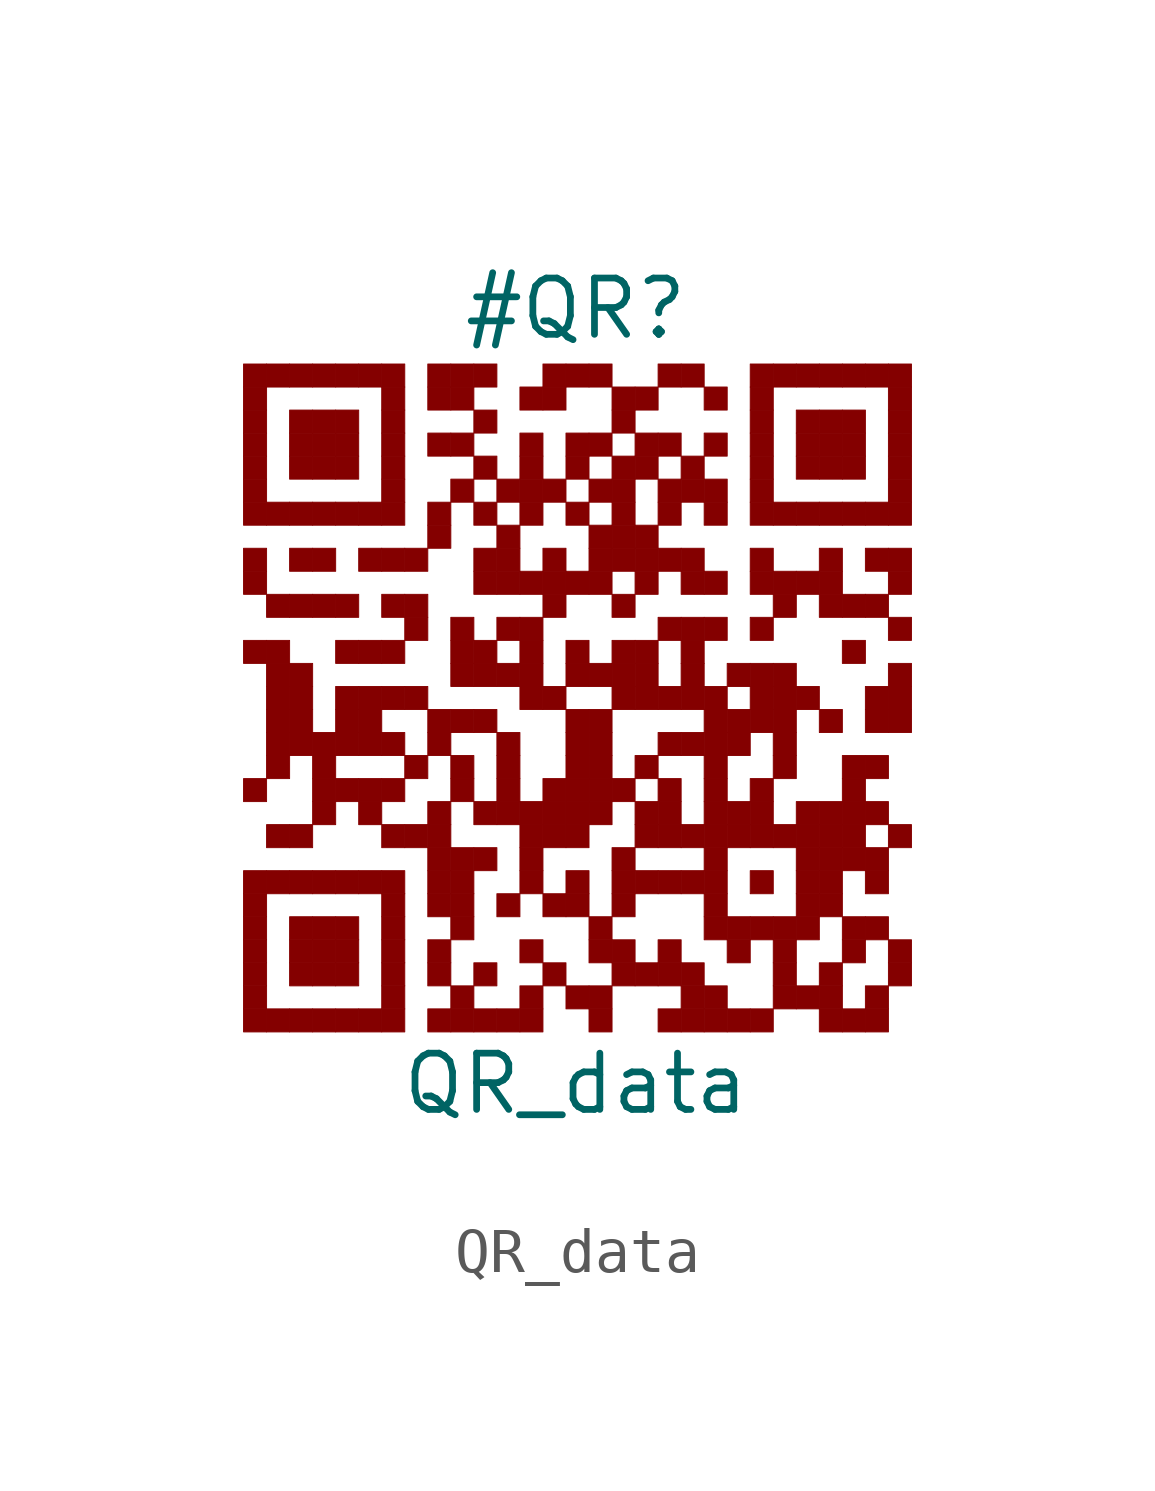
<source format=kicad_sym>
(kicad_symbol_lib
  (version 20211014)
  (generator kibot)
  (symbol "QR_data"
    (pin_numbers hide)
    (pin_names hide)
    (property "Reference" "#QR"
      (at 0 8.75 0)
      (effects (font (size 1.27 1.27))))
    (property "Value" "QR_data"
      (at 0 -8.75 0)
      (effects (font (size 1.27 1.27))))
    (rectangle
      (start -7.5 7.5)
      (end -6.98 6.98)
      (stroke (width 0.001) (type default) (color 0 0 0 0))
      (fill (type outline)))
    (rectangle
      (start -6.98 7.5)
      (end -6.46 6.98)
      (stroke (width 0.001) (type default) (color 0 0 0 0))
      (fill (type outline)))
    (rectangle
      (start -6.46 7.5)
      (end -5.94 6.98)
      (stroke (width 0.001) (type default) (color 0 0 0 0))
      (fill (type outline)))
    (rectangle
      (start -5.94 7.5)
      (end -5.42 6.98)
      (stroke (width 0.001) (type default) (color 0 0 0 0))
      (fill (type outline)))
    (rectangle
      (start -5.42 7.5)
      (end -4.9 6.98)
      (stroke (width 0.001) (type default) (color 0 0 0 0))
      (fill (type outline)))
    (rectangle
      (start -4.9 7.5)
      (end -4.38 6.98)
      (stroke (width 0.001) (type default) (color 0 0 0 0))
      (fill (type outline)))
    (rectangle
      (start -4.38 7.5)
      (end -3.86 6.98)
      (stroke (width 0.001) (type default) (color 0 0 0 0))
      (fill (type outline)))
    (rectangle
      (start -3.34 7.5)
      (end -2.82 6.98)
      (stroke (width 0.001) (type default) (color 0 0 0 0))
      (fill (type outline)))
    (rectangle
      (start -2.82 7.5)
      (end -2.3 6.98)
      (stroke (width 0.001) (type default) (color 0 0 0 0))
      (fill (type outline)))
    (rectangle
      (start -2.3 7.5)
      (end -1.78 6.98)
      (stroke (width 0.001) (type default) (color 0 0 0 0))
      (fill (type outline)))
    (rectangle
      (start -0.74 7.5)
      (end -0.22 6.98)
      (stroke (width 0.001) (type default) (color 0 0 0 0))
      (fill (type outline)))
    (rectangle
      (start -0.22 7.5)
      (end 0.3 6.98)
      (stroke (width 0.001) (type default) (color 0 0 0 0))
      (fill (type outline)))
    (rectangle
      (start 0.3 7.5)
      (end 0.82 6.98)
      (stroke (width 0.001) (type default) (color 0 0 0 0))
      (fill (type outline)))
    (rectangle
      (start 1.86 7.5)
      (end 2.38 6.98)
      (stroke (width 0.001) (type default) (color 0 0 0 0))
      (fill (type outline)))
    (rectangle
      (start 2.38 7.5)
      (end 2.9 6.98)
      (stroke (width 0.001) (type default) (color 0 0 0 0))
      (fill (type outline)))
    (rectangle
      (start 3.94 7.5)
      (end 4.46 6.98)
      (stroke (width 0.001) (type default) (color 0 0 0 0))
      (fill (type outline)))
    (rectangle
      (start 4.46 7.5)
      (end 4.98 6.98)
      (stroke (width 0.001) (type default) (color 0 0 0 0))
      (fill (type outline)))
    (rectangle
      (start 4.98 7.5)
      (end 5.5 6.98)
      (stroke (width 0.001) (type default) (color 0 0 0 0))
      (fill (type outline)))
    (rectangle
      (start 5.5 7.5)
      (end 6.02 6.98)
      (stroke (width 0.001) (type default) (color 0 0 0 0))
      (fill (type outline)))
    (rectangle
      (start 6.02 7.5)
      (end 6.54 6.98)
      (stroke (width 0.001) (type default) (color 0 0 0 0))
      (fill (type outline)))
    (rectangle
      (start 6.54 7.5)
      (end 7.06 6.98)
      (stroke (width 0.001) (type default) (color 0 0 0 0))
      (fill (type outline)))
    (rectangle
      (start 7.06 7.5)
      (end 7.58 6.98)
      (stroke (width 0.001) (type default) (color 0 0 0 0))
      (fill (type outline)))
    (rectangle
      (start -7.5 6.98)
      (end -6.98 6.46)
      (stroke (width 0.001) (type default) (color 0 0 0 0))
      (fill (type outline)))
    (rectangle
      (start -4.38 6.98)
      (end -3.86 6.46)
      (stroke (width 0.001) (type default) (color 0 0 0 0))
      (fill (type outline)))
    (rectangle
      (start -3.34 6.98)
      (end -2.82 6.46)
      (stroke (width 0.001) (type default) (color 0 0 0 0))
      (fill (type outline)))
    (rectangle
      (start -2.82 6.98)
      (end -2.3 6.46)
      (stroke (width 0.001) (type default) (color 0 0 0 0))
      (fill (type outline)))
    (rectangle
      (start -1.26 6.98)
      (end -0.74 6.46)
      (stroke (width 0.001) (type default) (color 0 0 0 0))
      (fill (type outline)))
    (rectangle
      (start -0.74 6.98)
      (end -0.22 6.46)
      (stroke (width 0.001) (type default) (color 0 0 0 0))
      (fill (type outline)))
    (rectangle
      (start 0.82 6.98)
      (end 1.34 6.46)
      (stroke (width 0.001) (type default) (color 0 0 0 0))
      (fill (type outline)))
    (rectangle
      (start 1.34 6.98)
      (end 1.86 6.46)
      (stroke (width 0.001) (type default) (color 0 0 0 0))
      (fill (type outline)))
    (rectangle
      (start 2.9 6.98)
      (end 3.42 6.46)
      (stroke (width 0.001) (type default) (color 0 0 0 0))
      (fill (type outline)))
    (rectangle
      (start 3.94 6.98)
      (end 4.46 6.46)
      (stroke (width 0.001) (type default) (color 0 0 0 0))
      (fill (type outline)))
    (rectangle
      (start 7.06 6.98)
      (end 7.58 6.46)
      (stroke (width 0.001) (type default) (color 0 0 0 0))
      (fill (type outline)))
    (rectangle
      (start -7.5 6.46)
      (end -6.98 5.94)
      (stroke (width 0.001) (type default) (color 0 0 0 0))
      (fill (type outline)))
    (rectangle
      (start -6.46 6.46)
      (end -5.94 5.94)
      (stroke (width 0.001) (type default) (color 0 0 0 0))
      (fill (type outline)))
    (rectangle
      (start -5.94 6.46)
      (end -5.42 5.94)
      (stroke (width 0.001) (type default) (color 0 0 0 0))
      (fill (type outline)))
    (rectangle
      (start -5.42 6.46)
      (end -4.9 5.94)
      (stroke (width 0.001) (type default) (color 0 0 0 0))
      (fill (type outline)))
    (rectangle
      (start -4.38 6.46)
      (end -3.86 5.94)
      (stroke (width 0.001) (type default) (color 0 0 0 0))
      (fill (type outline)))
    (rectangle
      (start -2.3 6.46)
      (end -1.78 5.94)
      (stroke (width 0.001) (type default) (color 0 0 0 0))
      (fill (type outline)))
    (rectangle
      (start 0.82 6.46)
      (end 1.34 5.94)
      (stroke (width 0.001) (type default) (color 0 0 0 0))
      (fill (type outline)))
    (rectangle
      (start 3.94 6.46)
      (end 4.46 5.94)
      (stroke (width 0.001) (type default) (color 0 0 0 0))
      (fill (type outline)))
    (rectangle
      (start 4.98 6.46)
      (end 5.5 5.94)
      (stroke (width 0.001) (type default) (color 0 0 0 0))
      (fill (type outline)))
    (rectangle
      (start 5.5 6.46)
      (end 6.02 5.94)
      (stroke (width 0.001) (type default) (color 0 0 0 0))
      (fill (type outline)))
    (rectangle
      (start 6.02 6.46)
      (end 6.54 5.94)
      (stroke (width 0.001) (type default) (color 0 0 0 0))
      (fill (type outline)))
    (rectangle
      (start 7.06 6.46)
      (end 7.58 5.94)
      (stroke (width 0.001) (type default) (color 0 0 0 0))
      (fill (type outline)))
    (rectangle
      (start -7.5 5.94)
      (end -6.98 5.42)
      (stroke (width 0.001) (type default) (color 0 0 0 0))
      (fill (type outline)))
    (rectangle
      (start -6.46 5.94)
      (end -5.94 5.42)
      (stroke (width 0.001) (type default) (color 0 0 0 0))
      (fill (type outline)))
    (rectangle
      (start -5.94 5.94)
      (end -5.42 5.42)
      (stroke (width 0.001) (type default) (color 0 0 0 0))
      (fill (type outline)))
    (rectangle
      (start -5.42 5.94)
      (end -4.9 5.42)
      (stroke (width 0.001) (type default) (color 0 0 0 0))
      (fill (type outline)))
    (rectangle
      (start -4.38 5.94)
      (end -3.86 5.42)
      (stroke (width 0.001) (type default) (color 0 0 0 0))
      (fill (type outline)))
    (rectangle
      (start -3.34 5.94)
      (end -2.82 5.42)
      (stroke (width 0.001) (type default) (color 0 0 0 0))
      (fill (type outline)))
    (rectangle
      (start -2.82 5.94)
      (end -2.3 5.42)
      (stroke (width 0.001) (type default) (color 0 0 0 0))
      (fill (type outline)))
    (rectangle
      (start -1.26 5.94)
      (end -0.74 5.42)
      (stroke (width 0.001) (type default) (color 0 0 0 0))
      (fill (type outline)))
    (rectangle
      (start -0.22 5.94)
      (end 0.3 5.42)
      (stroke (width 0.001) (type default) (color 0 0 0 0))
      (fill (type outline)))
    (rectangle
      (start 0.3 5.94)
      (end 0.82 5.42)
      (stroke (width 0.001) (type default) (color 0 0 0 0))
      (fill (type outline)))
    (rectangle
      (start 1.34 5.94)
      (end 1.86 5.42)
      (stroke (width 0.001) (type default) (color 0 0 0 0))
      (fill (type outline)))
    (rectangle
      (start 1.86 5.94)
      (end 2.38 5.42)
      (stroke (width 0.001) (type default) (color 0 0 0 0))
      (fill (type outline)))
    (rectangle
      (start 2.9 5.94)
      (end 3.42 5.42)
      (stroke (width 0.001) (type default) (color 0 0 0 0))
      (fill (type outline)))
    (rectangle
      (start 3.94 5.94)
      (end 4.46 5.42)
      (stroke (width 0.001) (type default) (color 0 0 0 0))
      (fill (type outline)))
    (rectangle
      (start 4.98 5.94)
      (end 5.5 5.42)
      (stroke (width 0.001) (type default) (color 0 0 0 0))
      (fill (type outline)))
    (rectangle
      (start 5.5 5.94)
      (end 6.02 5.42)
      (stroke (width 0.001) (type default) (color 0 0 0 0))
      (fill (type outline)))
    (rectangle
      (start 6.02 5.94)
      (end 6.54 5.42)
      (stroke (width 0.001) (type default) (color 0 0 0 0))
      (fill (type outline)))
    (rectangle
      (start 7.06 5.94)
      (end 7.58 5.42)
      (stroke (width 0.001) (type default) (color 0 0 0 0))
      (fill (type outline)))
    (rectangle
      (start -7.5 5.42)
      (end -6.98 4.9)
      (stroke (width 0.001) (type default) (color 0 0 0 0))
      (fill (type outline)))
    (rectangle
      (start -6.46 5.42)
      (end -5.94 4.9)
      (stroke (width 0.001) (type default) (color 0 0 0 0))
      (fill (type outline)))
    (rectangle
      (start -5.94 5.42)
      (end -5.42 4.9)
      (stroke (width 0.001) (type default) (color 0 0 0 0))
      (fill (type outline)))
    (rectangle
      (start -5.42 5.42)
      (end -4.9 4.9)
      (stroke (width 0.001) (type default) (color 0 0 0 0))
      (fill (type outline)))
    (rectangle
      (start -4.38 5.42)
      (end -3.86 4.9)
      (stroke (width 0.001) (type default) (color 0 0 0 0))
      (fill (type outline)))
    (rectangle
      (start -2.3 5.42)
      (end -1.78 4.9)
      (stroke (width 0.001) (type default) (color 0 0 0 0))
      (fill (type outline)))
    (rectangle
      (start -1.26 5.42)
      (end -0.74 4.9)
      (stroke (width 0.001) (type default) (color 0 0 0 0))
      (fill (type outline)))
    (rectangle
      (start -0.22 5.42)
      (end 0.3 4.9)
      (stroke (width 0.001) (type default) (color 0 0 0 0))
      (fill (type outline)))
    (rectangle
      (start 0.82 5.42)
      (end 1.34 4.9)
      (stroke (width 0.001) (type default) (color 0 0 0 0))
      (fill (type outline)))
    (rectangle
      (start 1.34 5.42)
      (end 1.86 4.9)
      (stroke (width 0.001) (type default) (color 0 0 0 0))
      (fill (type outline)))
    (rectangle
      (start 2.38 5.42)
      (end 2.9 4.9)
      (stroke (width 0.001) (type default) (color 0 0 0 0))
      (fill (type outline)))
    (rectangle
      (start 3.94 5.42)
      (end 4.46 4.9)
      (stroke (width 0.001) (type default) (color 0 0 0 0))
      (fill (type outline)))
    (rectangle
      (start 4.98 5.42)
      (end 5.5 4.9)
      (stroke (width 0.001) (type default) (color 0 0 0 0))
      (fill (type outline)))
    (rectangle
      (start 5.5 5.42)
      (end 6.02 4.9)
      (stroke (width 0.001) (type default) (color 0 0 0 0))
      (fill (type outline)))
    (rectangle
      (start 6.02 5.42)
      (end 6.54 4.9)
      (stroke (width 0.001) (type default) (color 0 0 0 0))
      (fill (type outline)))
    (rectangle
      (start 7.06 5.42)
      (end 7.58 4.9)
      (stroke (width 0.001) (type default) (color 0 0 0 0))
      (fill (type outline)))
    (rectangle
      (start -7.5 4.9)
      (end -6.98 4.38)
      (stroke (width 0.001) (type default) (color 0 0 0 0))
      (fill (type outline)))
    (rectangle
      (start -4.38 4.9)
      (end -3.86 4.38)
      (stroke (width 0.001) (type default) (color 0 0 0 0))
      (fill (type outline)))
    (rectangle
      (start -2.82 4.9)
      (end -2.3 4.38)
      (stroke (width 0.001) (type default) (color 0 0 0 0))
      (fill (type outline)))
    (rectangle
      (start -1.78 4.9)
      (end -1.26 4.38)
      (stroke (width 0.001) (type default) (color 0 0 0 0))
      (fill (type outline)))
    (rectangle
      (start -1.26 4.9)
      (end -0.74 4.38)
      (stroke (width 0.001) (type default) (color 0 0 0 0))
      (fill (type outline)))
    (rectangle
      (start -0.74 4.9)
      (end -0.22 4.38)
      (stroke (width 0.001) (type default) (color 0 0 0 0))
      (fill (type outline)))
    (rectangle
      (start 0.3 4.9)
      (end 0.82 4.38)
      (stroke (width 0.001) (type default) (color 0 0 0 0))
      (fill (type outline)))
    (rectangle
      (start 0.82 4.9)
      (end 1.34 4.38)
      (stroke (width 0.001) (type default) (color 0 0 0 0))
      (fill (type outline)))
    (rectangle
      (start 1.86 4.9)
      (end 2.38 4.38)
      (stroke (width 0.001) (type default) (color 0 0 0 0))
      (fill (type outline)))
    (rectangle
      (start 2.38 4.9)
      (end 2.9 4.38)
      (stroke (width 0.001) (type default) (color 0 0 0 0))
      (fill (type outline)))
    (rectangle
      (start 2.9 4.9)
      (end 3.42 4.38)
      (stroke (width 0.001) (type default) (color 0 0 0 0))
      (fill (type outline)))
    (rectangle
      (start 3.94 4.9)
      (end 4.46 4.38)
      (stroke (width 0.001) (type default) (color 0 0 0 0))
      (fill (type outline)))
    (rectangle
      (start 7.06 4.9)
      (end 7.58 4.38)
      (stroke (width 0.001) (type default) (color 0 0 0 0))
      (fill (type outline)))
    (rectangle
      (start -7.5 4.38)
      (end -6.98 3.86)
      (stroke (width 0.001) (type default) (color 0 0 0 0))
      (fill (type outline)))
    (rectangle
      (start -6.98 4.38)
      (end -6.46 3.86)
      (stroke (width 0.001) (type default) (color 0 0 0 0))
      (fill (type outline)))
    (rectangle
      (start -6.46 4.38)
      (end -5.94 3.86)
      (stroke (width 0.001) (type default) (color 0 0 0 0))
      (fill (type outline)))
    (rectangle
      (start -5.94 4.38)
      (end -5.42 3.86)
      (stroke (width 0.001) (type default) (color 0 0 0 0))
      (fill (type outline)))
    (rectangle
      (start -5.42 4.38)
      (end -4.9 3.86)
      (stroke (width 0.001) (type default) (color 0 0 0 0))
      (fill (type outline)))
    (rectangle
      (start -4.9 4.38)
      (end -4.38 3.86)
      (stroke (width 0.001) (type default) (color 0 0 0 0))
      (fill (type outline)))
    (rectangle
      (start -4.38 4.38)
      (end -3.86 3.86)
      (stroke (width 0.001) (type default) (color 0 0 0 0))
      (fill (type outline)))
    (rectangle
      (start -3.34 4.38)
      (end -2.82 3.86)
      (stroke (width 0.001) (type default) (color 0 0 0 0))
      (fill (type outline)))
    (rectangle
      (start -2.3 4.38)
      (end -1.78 3.86)
      (stroke (width 0.001) (type default) (color 0 0 0 0))
      (fill (type outline)))
    (rectangle
      (start -1.26 4.38)
      (end -0.74 3.86)
      (stroke (width 0.001) (type default) (color 0 0 0 0))
      (fill (type outline)))
    (rectangle
      (start -0.22 4.38)
      (end 0.3 3.86)
      (stroke (width 0.001) (type default) (color 0 0 0 0))
      (fill (type outline)))
    (rectangle
      (start 0.82 4.38)
      (end 1.34 3.86)
      (stroke (width 0.001) (type default) (color 0 0 0 0))
      (fill (type outline)))
    (rectangle
      (start 1.86 4.38)
      (end 2.38 3.86)
      (stroke (width 0.001) (type default) (color 0 0 0 0))
      (fill (type outline)))
    (rectangle
      (start 2.9 4.38)
      (end 3.42 3.86)
      (stroke (width 0.001) (type default) (color 0 0 0 0))
      (fill (type outline)))
    (rectangle
      (start 3.94 4.38)
      (end 4.46 3.86)
      (stroke (width 0.001) (type default) (color 0 0 0 0))
      (fill (type outline)))
    (rectangle
      (start 4.46 4.38)
      (end 4.98 3.86)
      (stroke (width 0.001) (type default) (color 0 0 0 0))
      (fill (type outline)))
    (rectangle
      (start 4.98 4.38)
      (end 5.5 3.86)
      (stroke (width 0.001) (type default) (color 0 0 0 0))
      (fill (type outline)))
    (rectangle
      (start 5.5 4.38)
      (end 6.02 3.86)
      (stroke (width 0.001) (type default) (color 0 0 0 0))
      (fill (type outline)))
    (rectangle
      (start 6.02 4.38)
      (end 6.54 3.86)
      (stroke (width 0.001) (type default) (color 0 0 0 0))
      (fill (type outline)))
    (rectangle
      (start 6.54 4.38)
      (end 7.06 3.86)
      (stroke (width 0.001) (type default) (color 0 0 0 0))
      (fill (type outline)))
    (rectangle
      (start 7.06 4.38)
      (end 7.58 3.86)
      (stroke (width 0.001) (type default) (color 0 0 0 0))
      (fill (type outline)))
    (rectangle
      (start -3.34 3.86)
      (end -2.82 3.34)
      (stroke (width 0.001) (type default) (color 0 0 0 0))
      (fill (type outline)))
    (rectangle
      (start -1.78 3.86)
      (end -1.26 3.34)
      (stroke (width 0.001) (type default) (color 0 0 0 0))
      (fill (type outline)))
    (rectangle
      (start 0.3 3.86)
      (end 0.82 3.34)
      (stroke (width 0.001) (type default) (color 0 0 0 0))
      (fill (type outline)))
    (rectangle
      (start 0.82 3.86)
      (end 1.34 3.34)
      (stroke (width 0.001) (type default) (color 0 0 0 0))
      (fill (type outline)))
    (rectangle
      (start 1.34 3.86)
      (end 1.86 3.34)
      (stroke (width 0.001) (type default) (color 0 0 0 0))
      (fill (type outline)))
    (rectangle
      (start -7.5 3.34)
      (end -6.98 2.82)
      (stroke (width 0.001) (type default) (color 0 0 0 0))
      (fill (type outline)))
    (rectangle
      (start -6.46 3.34)
      (end -5.94 2.82)
      (stroke (width 0.001) (type default) (color 0 0 0 0))
      (fill (type outline)))
    (rectangle
      (start -5.94 3.34)
      (end -5.42 2.82)
      (stroke (width 0.001) (type default) (color 0 0 0 0))
      (fill (type outline)))
    (rectangle
      (start -4.9 3.34)
      (end -4.38 2.82)
      (stroke (width 0.001) (type default) (color 0 0 0 0))
      (fill (type outline)))
    (rectangle
      (start -4.38 3.34)
      (end -3.86 2.82)
      (stroke (width 0.001) (type default) (color 0 0 0 0))
      (fill (type outline)))
    (rectangle
      (start -3.86 3.34)
      (end -3.34 2.82)
      (stroke (width 0.001) (type default) (color 0 0 0 0))
      (fill (type outline)))
    (rectangle
      (start -2.3 3.34)
      (end -1.78 2.82)
      (stroke (width 0.001) (type default) (color 0 0 0 0))
      (fill (type outline)))
    (rectangle
      (start -1.78 3.34)
      (end -1.26 2.82)
      (stroke (width 0.001) (type default) (color 0 0 0 0))
      (fill (type outline)))
    (rectangle
      (start -0.74 3.34)
      (end -0.22 2.82)
      (stroke (width 0.001) (type default) (color 0 0 0 0))
      (fill (type outline)))
    (rectangle
      (start 0.3 3.34)
      (end 0.82 2.82)
      (stroke (width 0.001) (type default) (color 0 0 0 0))
      (fill (type outline)))
    (rectangle
      (start 0.82 3.34)
      (end 1.34 2.82)
      (stroke (width 0.001) (type default) (color 0 0 0 0))
      (fill (type outline)))
    (rectangle
      (start 1.34 3.34)
      (end 1.86 2.82)
      (stroke (width 0.001) (type default) (color 0 0 0 0))
      (fill (type outline)))
    (rectangle
      (start 1.86 3.34)
      (end 2.38 2.82)
      (stroke (width 0.001) (type default) (color 0 0 0 0))
      (fill (type outline)))
    (rectangle
      (start 2.38 3.34)
      (end 2.9 2.82)
      (stroke (width 0.001) (type default) (color 0 0 0 0))
      (fill (type outline)))
    (rectangle
      (start 3.94 3.34)
      (end 4.46 2.82)
      (stroke (width 0.001) (type default) (color 0 0 0 0))
      (fill (type outline)))
    (rectangle
      (start 5.5 3.34)
      (end 6.02 2.82)
      (stroke (width 0.001) (type default) (color 0 0 0 0))
      (fill (type outline)))
    (rectangle
      (start 6.54 3.34)
      (end 7.06 2.82)
      (stroke (width 0.001) (type default) (color 0 0 0 0))
      (fill (type outline)))
    (rectangle
      (start 7.06 3.34)
      (end 7.58 2.82)
      (stroke (width 0.001) (type default) (color 0 0 0 0))
      (fill (type outline)))
    (rectangle
      (start -7.5 2.82)
      (end -6.98 2.3)
      (stroke (width 0.001) (type default) (color 0 0 0 0))
      (fill (type outline)))
    (rectangle
      (start -2.3 2.82)
      (end -1.78 2.3)
      (stroke (width 0.001) (type default) (color 0 0 0 0))
      (fill (type outline)))
    (rectangle
      (start -1.78 2.82)
      (end -1.26 2.3)
      (stroke (width 0.001) (type default) (color 0 0 0 0))
      (fill (type outline)))
    (rectangle
      (start -1.26 2.82)
      (end -0.74 2.3)
      (stroke (width 0.001) (type default) (color 0 0 0 0))
      (fill (type outline)))
    (rectangle
      (start -0.74 2.82)
      (end -0.22 2.3)
      (stroke (width 0.001) (type default) (color 0 0 0 0))
      (fill (type outline)))
    (rectangle
      (start -0.22 2.82)
      (end 0.3 2.3)
      (stroke (width 0.001) (type default) (color 0 0 0 0))
      (fill (type outline)))
    (rectangle
      (start 0.3 2.82)
      (end 0.82 2.3)
      (stroke (width 0.001) (type default) (color 0 0 0 0))
      (fill (type outline)))
    (rectangle
      (start 1.34 2.82)
      (end 1.86 2.3)
      (stroke (width 0.001) (type default) (color 0 0 0 0))
      (fill (type outline)))
    (rectangle
      (start 2.38 2.82)
      (end 2.9 2.3)
      (stroke (width 0.001) (type default) (color 0 0 0 0))
      (fill (type outline)))
    (rectangle
      (start 2.9 2.82)
      (end 3.42 2.3)
      (stroke (width 0.001) (type default) (color 0 0 0 0))
      (fill (type outline)))
    (rectangle
      (start 3.94 2.82)
      (end 4.46 2.3)
      (stroke (width 0.001) (type default) (color 0 0 0 0))
      (fill (type outline)))
    (rectangle
      (start 4.46 2.82)
      (end 4.98 2.3)
      (stroke (width 0.001) (type default) (color 0 0 0 0))
      (fill (type outline)))
    (rectangle
      (start 4.98 2.82)
      (end 5.5 2.3)
      (stroke (width 0.001) (type default) (color 0 0 0 0))
      (fill (type outline)))
    (rectangle
      (start 5.5 2.82)
      (end 6.02 2.3)
      (stroke (width 0.001) (type default) (color 0 0 0 0))
      (fill (type outline)))
    (rectangle
      (start 7.06 2.82)
      (end 7.58 2.3)
      (stroke (width 0.001) (type default) (color 0 0 0 0))
      (fill (type outline)))
    (rectangle
      (start -6.98 2.3)
      (end -6.46 1.78)
      (stroke (width 0.001) (type default) (color 0 0 0 0))
      (fill (type outline)))
    (rectangle
      (start -6.46 2.3)
      (end -5.94 1.78)
      (stroke (width 0.001) (type default) (color 0 0 0 0))
      (fill (type outline)))
    (rectangle
      (start -5.94 2.3)
      (end -5.42 1.78)
      (stroke (width 0.001) (type default) (color 0 0 0 0))
      (fill (type outline)))
    (rectangle
      (start -5.42 2.3)
      (end -4.9 1.78)
      (stroke (width 0.001) (type default) (color 0 0 0 0))
      (fill (type outline)))
    (rectangle
      (start -4.38 2.3)
      (end -3.86 1.78)
      (stroke (width 0.001) (type default) (color 0 0 0 0))
      (fill (type outline)))
    (rectangle
      (start -3.86 2.3)
      (end -3.34 1.78)
      (stroke (width 0.001) (type default) (color 0 0 0 0))
      (fill (type outline)))
    (rectangle
      (start -0.74 2.3)
      (end -0.22 1.78)
      (stroke (width 0.001) (type default) (color 0 0 0 0))
      (fill (type outline)))
    (rectangle
      (start 0.82 2.3)
      (end 1.34 1.78)
      (stroke (width 0.001) (type default) (color 0 0 0 0))
      (fill (type outline)))
    (rectangle
      (start 4.46 2.3)
      (end 4.98 1.78)
      (stroke (width 0.001) (type default) (color 0 0 0 0))
      (fill (type outline)))
    (rectangle
      (start 5.5 2.3)
      (end 6.02 1.78)
      (stroke (width 0.001) (type default) (color 0 0 0 0))
      (fill (type outline)))
    (rectangle
      (start 6.02 2.3)
      (end 6.54 1.78)
      (stroke (width 0.001) (type default) (color 0 0 0 0))
      (fill (type outline)))
    (rectangle
      (start 6.54 2.3)
      (end 7.06 1.78)
      (stroke (width 0.001) (type default) (color 0 0 0 0))
      (fill (type outline)))
    (rectangle
      (start -3.86 1.78)
      (end -3.34 1.26)
      (stroke (width 0.001) (type default) (color 0 0 0 0))
      (fill (type outline)))
    (rectangle
      (start -2.82 1.78)
      (end -2.3 1.26)
      (stroke (width 0.001) (type default) (color 0 0 0 0))
      (fill (type outline)))
    (rectangle
      (start -1.78 1.78)
      (end -1.26 1.26)
      (stroke (width 0.001) (type default) (color 0 0 0 0))
      (fill (type outline)))
    (rectangle
      (start -1.26 1.78)
      (end -0.74 1.26)
      (stroke (width 0.001) (type default) (color 0 0 0 0))
      (fill (type outline)))
    (rectangle
      (start 1.86 1.78)
      (end 2.38 1.26)
      (stroke (width 0.001) (type default) (color 0 0 0 0))
      (fill (type outline)))
    (rectangle
      (start 2.38 1.78)
      (end 2.9 1.26)
      (stroke (width 0.001) (type default) (color 0 0 0 0))
      (fill (type outline)))
    (rectangle
      (start 2.9 1.78)
      (end 3.42 1.26)
      (stroke (width 0.001) (type default) (color 0 0 0 0))
      (fill (type outline)))
    (rectangle
      (start 3.94 1.78)
      (end 4.46 1.26)
      (stroke (width 0.001) (type default) (color 0 0 0 0))
      (fill (type outline)))
    (rectangle
      (start 7.06 1.78)
      (end 7.58 1.26)
      (stroke (width 0.001) (type default) (color 0 0 0 0))
      (fill (type outline)))
    (rectangle
      (start -7.5 1.26)
      (end -6.98 0.74)
      (stroke (width 0.001) (type default) (color 0 0 0 0))
      (fill (type outline)))
    (rectangle
      (start -6.98 1.26)
      (end -6.46 0.74)
      (stroke (width 0.001) (type default) (color 0 0 0 0))
      (fill (type outline)))
    (rectangle
      (start -5.42 1.26)
      (end -4.9 0.74)
      (stroke (width 0.001) (type default) (color 0 0 0 0))
      (fill (type outline)))
    (rectangle
      (start -4.9 1.26)
      (end -4.38 0.74)
      (stroke (width 0.001) (type default) (color 0 0 0 0))
      (fill (type outline)))
    (rectangle
      (start -4.38 1.26)
      (end -3.86 0.74)
      (stroke (width 0.001) (type default) (color 0 0 0 0))
      (fill (type outline)))
    (rectangle
      (start -2.82 1.26)
      (end -2.3 0.74)
      (stroke (width 0.001) (type default) (color 0 0 0 0))
      (fill (type outline)))
    (rectangle
      (start -2.3 1.26)
      (end -1.78 0.74)
      (stroke (width 0.001) (type default) (color 0 0 0 0))
      (fill (type outline)))
    (rectangle
      (start -1.26 1.26)
      (end -0.74 0.74)
      (stroke (width 0.001) (type default) (color 0 0 0 0))
      (fill (type outline)))
    (rectangle
      (start -0.22 1.26)
      (end 0.3 0.74)
      (stroke (width 0.001) (type default) (color 0 0 0 0))
      (fill (type outline)))
    (rectangle
      (start 0.82 1.26)
      (end 1.34 0.74)
      (stroke (width 0.001) (type default) (color 0 0 0 0))
      (fill (type outline)))
    (rectangle
      (start 1.34 1.26)
      (end 1.86 0.74)
      (stroke (width 0.001) (type default) (color 0 0 0 0))
      (fill (type outline)))
    (rectangle
      (start 2.38 1.26)
      (end 2.9 0.74)
      (stroke (width 0.001) (type default) (color 0 0 0 0))
      (fill (type outline)))
    (rectangle
      (start 6.02 1.26)
      (end 6.54 0.74)
      (stroke (width 0.001) (type default) (color 0 0 0 0))
      (fill (type outline)))
    (rectangle
      (start -6.98 0.74)
      (end -6.46 0.22)
      (stroke (width 0.001) (type default) (color 0 0 0 0))
      (fill (type outline)))
    (rectangle
      (start -6.46 0.74)
      (end -5.94 0.22)
      (stroke (width 0.001) (type default) (color 0 0 0 0))
      (fill (type outline)))
    (rectangle
      (start -2.82 0.74)
      (end -2.3 0.22)
      (stroke (width 0.001) (type default) (color 0 0 0 0))
      (fill (type outline)))
    (rectangle
      (start -2.3 0.74)
      (end -1.78 0.22)
      (stroke (width 0.001) (type default) (color 0 0 0 0))
      (fill (type outline)))
    (rectangle
      (start -1.78 0.74)
      (end -1.26 0.22)
      (stroke (width 0.001) (type default) (color 0 0 0 0))
      (fill (type outline)))
    (rectangle
      (start -1.26 0.74)
      (end -0.74 0.22)
      (stroke (width 0.001) (type default) (color 0 0 0 0))
      (fill (type outline)))
    (rectangle
      (start -0.22 0.74)
      (end 0.3 0.22)
      (stroke (width 0.001) (type default) (color 0 0 0 0))
      (fill (type outline)))
    (rectangle
      (start 0.3 0.74)
      (end 0.82 0.22)
      (stroke (width 0.001) (type default) (color 0 0 0 0))
      (fill (type outline)))
    (rectangle
      (start 0.82 0.74)
      (end 1.34 0.22)
      (stroke (width 0.001) (type default) (color 0 0 0 0))
      (fill (type outline)))
    (rectangle
      (start 1.34 0.74)
      (end 1.86 0.22)
      (stroke (width 0.001) (type default) (color 0 0 0 0))
      (fill (type outline)))
    (rectangle
      (start 2.38 0.74)
      (end 2.9 0.22)
      (stroke (width 0.001) (type default) (color 0 0 0 0))
      (fill (type outline)))
    (rectangle
      (start 3.42 0.74)
      (end 3.94 0.22)
      (stroke (width 0.001) (type default) (color 0 0 0 0))
      (fill (type outline)))
    (rectangle
      (start 3.94 0.74)
      (end 4.46 0.22)
      (stroke (width 0.001) (type default) (color 0 0 0 0))
      (fill (type outline)))
    (rectangle
      (start 4.46 0.74)
      (end 4.98 0.22)
      (stroke (width 0.001) (type default) (color 0 0 0 0))
      (fill (type outline)))
    (rectangle
      (start 7.06 0.74)
      (end 7.58 0.22)
      (stroke (width 0.001) (type default) (color 0 0 0 0))
      (fill (type outline)))
    (rectangle
      (start -6.98 0.22)
      (end -6.46 -0.3)
      (stroke (width 0.001) (type default) (color 0 0 0 0))
      (fill (type outline)))
    (rectangle
      (start -6.46 0.22)
      (end -5.94 -0.3)
      (stroke (width 0.001) (type default) (color 0 0 0 0))
      (fill (type outline)))
    (rectangle
      (start -5.42 0.22)
      (end -4.9 -0.3)
      (stroke (width 0.001) (type default) (color 0 0 0 0))
      (fill (type outline)))
    (rectangle
      (start -4.9 0.22)
      (end -4.38 -0.3)
      (stroke (width 0.001) (type default) (color 0 0 0 0))
      (fill (type outline)))
    (rectangle
      (start -4.38 0.22)
      (end -3.86 -0.3)
      (stroke (width 0.001) (type default) (color 0 0 0 0))
      (fill (type outline)))
    (rectangle
      (start -3.86 0.22)
      (end -3.34 -0.3)
      (stroke (width 0.001) (type default) (color 0 0 0 0))
      (fill (type outline)))
    (rectangle
      (start -1.26 0.22)
      (end -0.74 -0.3)
      (stroke (width 0.001) (type default) (color 0 0 0 0))
      (fill (type outline)))
    (rectangle
      (start -0.74 0.22)
      (end -0.22 -0.3)
      (stroke (width 0.001) (type default) (color 0 0 0 0))
      (fill (type outline)))
    (rectangle
      (start 0.82 0.22)
      (end 1.34 -0.3)
      (stroke (width 0.001) (type default) (color 0 0 0 0))
      (fill (type outline)))
    (rectangle
      (start 1.34 0.22)
      (end 1.86 -0.3)
      (stroke (width 0.001) (type default) (color 0 0 0 0))
      (fill (type outline)))
    (rectangle
      (start 1.86 0.22)
      (end 2.38 -0.3)
      (stroke (width 0.001) (type default) (color 0 0 0 0))
      (fill (type outline)))
    (rectangle
      (start 2.38 0.22)
      (end 2.9 -0.3)
      (stroke (width 0.001) (type default) (color 0 0 0 0))
      (fill (type outline)))
    (rectangle
      (start 2.9 0.22)
      (end 3.42 -0.3)
      (stroke (width 0.001) (type default) (color 0 0 0 0))
      (fill (type outline)))
    (rectangle
      (start 3.94 0.22)
      (end 4.46 -0.3)
      (stroke (width 0.001) (type default) (color 0 0 0 0))
      (fill (type outline)))
    (rectangle
      (start 4.46 0.22)
      (end 4.98 -0.3)
      (stroke (width 0.001) (type default) (color 0 0 0 0))
      (fill (type outline)))
    (rectangle
      (start 4.98 0.22)
      (end 5.5 -0.3)
      (stroke (width 0.001) (type default) (color 0 0 0 0))
      (fill (type outline)))
    (rectangle
      (start 6.54 0.22)
      (end 7.06 -0.3)
      (stroke (width 0.001) (type default) (color 0 0 0 0))
      (fill (type outline)))
    (rectangle
      (start 7.06 0.22)
      (end 7.58 -0.3)
      (stroke (width 0.001) (type default) (color 0 0 0 0))
      (fill (type outline)))
    (rectangle
      (start -6.98 -0.3)
      (end -6.46 -0.82)
      (stroke (width 0.001) (type default) (color 0 0 0 0))
      (fill (type outline)))
    (rectangle
      (start -6.46 -0.3)
      (end -5.94 -0.82)
      (stroke (width 0.001) (type default) (color 0 0 0 0))
      (fill (type outline)))
    (rectangle
      (start -5.42 -0.3)
      (end -4.9 -0.82)
      (stroke (width 0.001) (type default) (color 0 0 0 0))
      (fill (type outline)))
    (rectangle
      (start -4.9 -0.3)
      (end -4.38 -0.82)
      (stroke (width 0.001) (type default) (color 0 0 0 0))
      (fill (type outline)))
    (rectangle
      (start -3.34 -0.3)
      (end -2.82 -0.82)
      (stroke (width 0.001) (type default) (color 0 0 0 0))
      (fill (type outline)))
    (rectangle
      (start -2.82 -0.3)
      (end -2.3 -0.82)
      (stroke (width 0.001) (type default) (color 0 0 0 0))
      (fill (type outline)))
    (rectangle
      (start -2.3 -0.3)
      (end -1.78 -0.82)
      (stroke (width 0.001) (type default) (color 0 0 0 0))
      (fill (type outline)))
    (rectangle
      (start -0.22 -0.3)
      (end 0.3 -0.82)
      (stroke (width 0.001) (type default) (color 0 0 0 0))
      (fill (type outline)))
    (rectangle
      (start 0.3 -0.3)
      (end 0.82 -0.82)
      (stroke (width 0.001) (type default) (color 0 0 0 0))
      (fill (type outline)))
    (rectangle
      (start 2.9 -0.3)
      (end 3.42 -0.82)
      (stroke (width 0.001) (type default) (color 0 0 0 0))
      (fill (type outline)))
    (rectangle
      (start 3.42 -0.3)
      (end 3.94 -0.82)
      (stroke (width 0.001) (type default) (color 0 0 0 0))
      (fill (type outline)))
    (rectangle
      (start 3.94 -0.3)
      (end 4.46 -0.82)
      (stroke (width 0.001) (type default) (color 0 0 0 0))
      (fill (type outline)))
    (rectangle
      (start 4.46 -0.3)
      (end 4.98 -0.82)
      (stroke (width 0.001) (type default) (color 0 0 0 0))
      (fill (type outline)))
    (rectangle
      (start 5.5 -0.3)
      (end 6.02 -0.82)
      (stroke (width 0.001) (type default) (color 0 0 0 0))
      (fill (type outline)))
    (rectangle
      (start 6.54 -0.3)
      (end 7.06 -0.82)
      (stroke (width 0.001) (type default) (color 0 0 0 0))
      (fill (type outline)))
    (rectangle
      (start 7.06 -0.3)
      (end 7.58 -0.82)
      (stroke (width 0.001) (type default) (color 0 0 0 0))
      (fill (type outline)))
    (rectangle
      (start -6.98 -0.82)
      (end -6.46 -1.34)
      (stroke (width 0.001) (type default) (color 0 0 0 0))
      (fill (type outline)))
    (rectangle
      (start -6.46 -0.82)
      (end -5.94 -1.34)
      (stroke (width 0.001) (type default) (color 0 0 0 0))
      (fill (type outline)))
    (rectangle
      (start -5.94 -0.82)
      (end -5.42 -1.34)
      (stroke (width 0.001) (type default) (color 0 0 0 0))
      (fill (type outline)))
    (rectangle
      (start -5.42 -0.82)
      (end -4.9 -1.34)
      (stroke (width 0.001) (type default) (color 0 0 0 0))
      (fill (type outline)))
    (rectangle
      (start -4.9 -0.82)
      (end -4.38 -1.34)
      (stroke (width 0.001) (type default) (color 0 0 0 0))
      (fill (type outline)))
    (rectangle
      (start -4.38 -0.82)
      (end -3.86 -1.34)
      (stroke (width 0.001) (type default) (color 0 0 0 0))
      (fill (type outline)))
    (rectangle
      (start -3.34 -0.82)
      (end -2.82 -1.34)
      (stroke (width 0.001) (type default) (color 0 0 0 0))
      (fill (type outline)))
    (rectangle
      (start -1.78 -0.82)
      (end -1.26 -1.34)
      (stroke (width 0.001) (type default) (color 0 0 0 0))
      (fill (type outline)))
    (rectangle
      (start -0.22 -0.82)
      (end 0.3 -1.34)
      (stroke (width 0.001) (type default) (color 0 0 0 0))
      (fill (type outline)))
    (rectangle
      (start 0.3 -0.82)
      (end 0.82 -1.34)
      (stroke (width 0.001) (type default) (color 0 0 0 0))
      (fill (type outline)))
    (rectangle
      (start 1.86 -0.82)
      (end 2.38 -1.34)
      (stroke (width 0.001) (type default) (color 0 0 0 0))
      (fill (type outline)))
    (rectangle
      (start 2.38 -0.82)
      (end 2.9 -1.34)
      (stroke (width 0.001) (type default) (color 0 0 0 0))
      (fill (type outline)))
    (rectangle
      (start 2.9 -0.82)
      (end 3.42 -1.34)
      (stroke (width 0.001) (type default) (color 0 0 0 0))
      (fill (type outline)))
    (rectangle
      (start 3.42 -0.82)
      (end 3.94 -1.34)
      (stroke (width 0.001) (type default) (color 0 0 0 0))
      (fill (type outline)))
    (rectangle
      (start 4.46 -0.82)
      (end 4.98 -1.34)
      (stroke (width 0.001) (type default) (color 0 0 0 0))
      (fill (type outline)))
    (rectangle
      (start -6.98 -1.34)
      (end -6.46 -1.86)
      (stroke (width 0.001) (type default) (color 0 0 0 0))
      (fill (type outline)))
    (rectangle
      (start -5.94 -1.34)
      (end -5.42 -1.86)
      (stroke (width 0.001) (type default) (color 0 0 0 0))
      (fill (type outline)))
    (rectangle
      (start -3.86 -1.34)
      (end -3.34 -1.86)
      (stroke (width 0.001) (type default) (color 0 0 0 0))
      (fill (type outline)))
    (rectangle
      (start -2.82 -1.34)
      (end -2.3 -1.86)
      (stroke (width 0.001) (type default) (color 0 0 0 0))
      (fill (type outline)))
    (rectangle
      (start -1.78 -1.34)
      (end -1.26 -1.86)
      (stroke (width 0.001) (type default) (color 0 0 0 0))
      (fill (type outline)))
    (rectangle
      (start -0.22 -1.34)
      (end 0.3 -1.86)
      (stroke (width 0.001) (type default) (color 0 0 0 0))
      (fill (type outline)))
    (rectangle
      (start 0.3 -1.34)
      (end 0.82 -1.86)
      (stroke (width 0.001) (type default) (color 0 0 0 0))
      (fill (type outline)))
    (rectangle
      (start 1.34 -1.34)
      (end 1.86 -1.86)
      (stroke (width 0.001) (type default) (color 0 0 0 0))
      (fill (type outline)))
    (rectangle
      (start 2.9 -1.34)
      (end 3.42 -1.86)
      (stroke (width 0.001) (type default) (color 0 0 0 0))
      (fill (type outline)))
    (rectangle
      (start 4.46 -1.34)
      (end 4.98 -1.86)
      (stroke (width 0.001) (type default) (color 0 0 0 0))
      (fill (type outline)))
    (rectangle
      (start 6.02 -1.34)
      (end 6.54 -1.86)
      (stroke (width 0.001) (type default) (color 0 0 0 0))
      (fill (type outline)))
    (rectangle
      (start 6.54 -1.34)
      (end 7.06 -1.86)
      (stroke (width 0.001) (type default) (color 0 0 0 0))
      (fill (type outline)))
    (rectangle
      (start -7.5 -1.86)
      (end -6.98 -2.38)
      (stroke (width 0.001) (type default) (color 0 0 0 0))
      (fill (type outline)))
    (rectangle
      (start -5.94 -1.86)
      (end -5.42 -2.38)
      (stroke (width 0.001) (type default) (color 0 0 0 0))
      (fill (type outline)))
    (rectangle
      (start -5.42 -1.86)
      (end -4.9 -2.38)
      (stroke (width 0.001) (type default) (color 0 0 0 0))
      (fill (type outline)))
    (rectangle
      (start -4.9 -1.86)
      (end -4.38 -2.38)
      (stroke (width 0.001) (type default) (color 0 0 0 0))
      (fill (type outline)))
    (rectangle
      (start -4.38 -1.86)
      (end -3.86 -2.38)
      (stroke (width 0.001) (type default) (color 0 0 0 0))
      (fill (type outline)))
    (rectangle
      (start -2.82 -1.86)
      (end -2.3 -2.38)
      (stroke (width 0.001) (type default) (color 0 0 0 0))
      (fill (type outline)))
    (rectangle
      (start -1.78 -1.86)
      (end -1.26 -2.38)
      (stroke (width 0.001) (type default) (color 0 0 0 0))
      (fill (type outline)))
    (rectangle
      (start -0.74 -1.86)
      (end -0.22 -2.38)
      (stroke (width 0.001) (type default) (color 0 0 0 0))
      (fill (type outline)))
    (rectangle
      (start -0.22 -1.86)
      (end 0.3 -2.38)
      (stroke (width 0.001) (type default) (color 0 0 0 0))
      (fill (type outline)))
    (rectangle
      (start 0.3 -1.86)
      (end 0.82 -2.38)
      (stroke (width 0.001) (type default) (color 0 0 0 0))
      (fill (type outline)))
    (rectangle
      (start 0.82 -1.86)
      (end 1.34 -2.38)
      (stroke (width 0.001) (type default) (color 0 0 0 0))
      (fill (type outline)))
    (rectangle
      (start 1.86 -1.86)
      (end 2.38 -2.38)
      (stroke (width 0.001) (type default) (color 0 0 0 0))
      (fill (type outline)))
    (rectangle
      (start 2.9 -1.86)
      (end 3.42 -2.38)
      (stroke (width 0.001) (type default) (color 0 0 0 0))
      (fill (type outline)))
    (rectangle
      (start 3.94 -1.86)
      (end 4.46 -2.38)
      (stroke (width 0.001) (type default) (color 0 0 0 0))
      (fill (type outline)))
    (rectangle
      (start 6.02 -1.86)
      (end 6.54 -2.38)
      (stroke (width 0.001) (type default) (color 0 0 0 0))
      (fill (type outline)))
    (rectangle
      (start -5.94 -2.38)
      (end -5.42 -2.9)
      (stroke (width 0.001) (type default) (color 0 0 0 0))
      (fill (type outline)))
    (rectangle
      (start -4.9 -2.38)
      (end -4.38 -2.9)
      (stroke (width 0.001) (type default) (color 0 0 0 0))
      (fill (type outline)))
    (rectangle
      (start -3.34 -2.38)
      (end -2.82 -2.9)
      (stroke (width 0.001) (type default) (color 0 0 0 0))
      (fill (type outline)))
    (rectangle
      (start -2.3 -2.38)
      (end -1.78 -2.9)
      (stroke (width 0.001) (type default) (color 0 0 0 0))
      (fill (type outline)))
    (rectangle
      (start -1.78 -2.38)
      (end -1.26 -2.9)
      (stroke (width 0.001) (type default) (color 0 0 0 0))
      (fill (type outline)))
    (rectangle
      (start -1.26 -2.38)
      (end -0.74 -2.9)
      (stroke (width 0.001) (type default) (color 0 0 0 0))
      (fill (type outline)))
    (rectangle
      (start -0.74 -2.38)
      (end -0.22 -2.9)
      (stroke (width 0.001) (type default) (color 0 0 0 0))
      (fill (type outline)))
    (rectangle
      (start -0.22 -2.38)
      (end 0.3 -2.9)
      (stroke (width 0.001) (type default) (color 0 0 0 0))
      (fill (type outline)))
    (rectangle
      (start 0.3 -2.38)
      (end 0.82 -2.9)
      (stroke (width 0.001) (type default) (color 0 0 0 0))
      (fill (type outline)))
    (rectangle
      (start 1.34 -2.38)
      (end 1.86 -2.9)
      (stroke (width 0.001) (type default) (color 0 0 0 0))
      (fill (type outline)))
    (rectangle
      (start 1.86 -2.38)
      (end 2.38 -2.9)
      (stroke (width 0.001) (type default) (color 0 0 0 0))
      (fill (type outline)))
    (rectangle
      (start 2.9 -2.38)
      (end 3.42 -2.9)
      (stroke (width 0.001) (type default) (color 0 0 0 0))
      (fill (type outline)))
    (rectangle
      (start 3.42 -2.38)
      (end 3.94 -2.9)
      (stroke (width 0.001) (type default) (color 0 0 0 0))
      (fill (type outline)))
    (rectangle
      (start 3.94 -2.38)
      (end 4.46 -2.9)
      (stroke (width 0.001) (type default) (color 0 0 0 0))
      (fill (type outline)))
    (rectangle
      (start 4.98 -2.38)
      (end 5.5 -2.9)
      (stroke (width 0.001) (type default) (color 0 0 0 0))
      (fill (type outline)))
    (rectangle
      (start 5.5 -2.38)
      (end 6.02 -2.9)
      (stroke (width 0.001) (type default) (color 0 0 0 0))
      (fill (type outline)))
    (rectangle
      (start 6.02 -2.38)
      (end 6.54 -2.9)
      (stroke (width 0.001) (type default) (color 0 0 0 0))
      (fill (type outline)))
    (rectangle
      (start 6.54 -2.38)
      (end 7.06 -2.9)
      (stroke (width 0.001) (type default) (color 0 0 0 0))
      (fill (type outline)))
    (rectangle
      (start -6.98 -2.9)
      (end -6.46 -3.42)
      (stroke (width 0.001) (type default) (color 0 0 0 0))
      (fill (type outline)))
    (rectangle
      (start -6.46 -2.9)
      (end -5.94 -3.42)
      (stroke (width 0.001) (type default) (color 0 0 0 0))
      (fill (type outline)))
    (rectangle
      (start -4.38 -2.9)
      (end -3.86 -3.42)
      (stroke (width 0.001) (type default) (color 0 0 0 0))
      (fill (type outline)))
    (rectangle
      (start -3.86 -2.9)
      (end -3.34 -3.42)
      (stroke (width 0.001) (type default) (color 0 0 0 0))
      (fill (type outline)))
    (rectangle
      (start -3.34 -2.9)
      (end -2.82 -3.42)
      (stroke (width 0.001) (type default) (color 0 0 0 0))
      (fill (type outline)))
    (rectangle
      (start -1.26 -2.9)
      (end -0.74 -3.42)
      (stroke (width 0.001) (type default) (color 0 0 0 0))
      (fill (type outline)))
    (rectangle
      (start -0.74 -2.9)
      (end -0.22 -3.42)
      (stroke (width 0.001) (type default) (color 0 0 0 0))
      (fill (type outline)))
    (rectangle
      (start -0.22 -2.9)
      (end 0.3 -3.42)
      (stroke (width 0.001) (type default) (color 0 0 0 0))
      (fill (type outline)))
    (rectangle
      (start 1.34 -2.9)
      (end 1.86 -3.42)
      (stroke (width 0.001) (type default) (color 0 0 0 0))
      (fill (type outline)))
    (rectangle
      (start 1.86 -2.9)
      (end 2.38 -3.42)
      (stroke (width 0.001) (type default) (color 0 0 0 0))
      (fill (type outline)))
    (rectangle
      (start 2.38 -2.9)
      (end 2.9 -3.42)
      (stroke (width 0.001) (type default) (color 0 0 0 0))
      (fill (type outline)))
    (rectangle
      (start 2.9 -2.9)
      (end 3.42 -3.42)
      (stroke (width 0.001) (type default) (color 0 0 0 0))
      (fill (type outline)))
    (rectangle
      (start 3.42 -2.9)
      (end 3.94 -3.42)
      (stroke (width 0.001) (type default) (color 0 0 0 0))
      (fill (type outline)))
    (rectangle
      (start 3.94 -2.9)
      (end 4.46 -3.42)
      (stroke (width 0.001) (type default) (color 0 0 0 0))
      (fill (type outline)))
    (rectangle
      (start 4.46 -2.9)
      (end 4.98 -3.42)
      (stroke (width 0.001) (type default) (color 0 0 0 0))
      (fill (type outline)))
    (rectangle
      (start 4.98 -2.9)
      (end 5.5 -3.42)
      (stroke (width 0.001) (type default) (color 0 0 0 0))
      (fill (type outline)))
    (rectangle
      (start 5.5 -2.9)
      (end 6.02 -3.42)
      (stroke (width 0.001) (type default) (color 0 0 0 0))
      (fill (type outline)))
    (rectangle
      (start 6.02 -2.9)
      (end 6.54 -3.42)
      (stroke (width 0.001) (type default) (color 0 0 0 0))
      (fill (type outline)))
    (rectangle
      (start 7.06 -2.9)
      (end 7.58 -3.42)
      (stroke (width 0.001) (type default) (color 0 0 0 0))
      (fill (type outline)))
    (rectangle
      (start -3.34 -3.42)
      (end -2.82 -3.94)
      (stroke (width 0.001) (type default) (color 0 0 0 0))
      (fill (type outline)))
    (rectangle
      (start -2.82 -3.42)
      (end -2.3 -3.94)
      (stroke (width 0.001) (type default) (color 0 0 0 0))
      (fill (type outline)))
    (rectangle
      (start -2.3 -3.42)
      (end -1.78 -3.94)
      (stroke (width 0.001) (type default) (color 0 0 0 0))
      (fill (type outline)))
    (rectangle
      (start -1.26 -3.42)
      (end -0.74 -3.94)
      (stroke (width 0.001) (type default) (color 0 0 0 0))
      (fill (type outline)))
    (rectangle
      (start 0.82 -3.42)
      (end 1.34 -3.94)
      (stroke (width 0.001) (type default) (color 0 0 0 0))
      (fill (type outline)))
    (rectangle
      (start 2.9 -3.42)
      (end 3.42 -3.94)
      (stroke (width 0.001) (type default) (color 0 0 0 0))
      (fill (type outline)))
    (rectangle
      (start 4.98 -3.42)
      (end 5.5 -3.94)
      (stroke (width 0.001) (type default) (color 0 0 0 0))
      (fill (type outline)))
    (rectangle
      (start 5.5 -3.42)
      (end 6.02 -3.94)
      (stroke (width 0.001) (type default) (color 0 0 0 0))
      (fill (type outline)))
    (rectangle
      (start 6.02 -3.42)
      (end 6.54 -3.94)
      (stroke (width 0.001) (type default) (color 0 0 0 0))
      (fill (type outline)))
    (rectangle
      (start 6.54 -3.42)
      (end 7.06 -3.94)
      (stroke (width 0.001) (type default) (color 0 0 0 0))
      (fill (type outline)))
    (rectangle
      (start -7.5 -3.94)
      (end -6.98 -4.46)
      (stroke (width 0.001) (type default) (color 0 0 0 0))
      (fill (type outline)))
    (rectangle
      (start -6.98 -3.94)
      (end -6.46 -4.46)
      (stroke (width 0.001) (type default) (color 0 0 0 0))
      (fill (type outline)))
    (rectangle
      (start -6.46 -3.94)
      (end -5.94 -4.46)
      (stroke (width 0.001) (type default) (color 0 0 0 0))
      (fill (type outline)))
    (rectangle
      (start -5.94 -3.94)
      (end -5.42 -4.46)
      (stroke (width 0.001) (type default) (color 0 0 0 0))
      (fill (type outline)))
    (rectangle
      (start -5.42 -3.94)
      (end -4.9 -4.46)
      (stroke (width 0.001) (type default) (color 0 0 0 0))
      (fill (type outline)))
    (rectangle
      (start -4.9 -3.94)
      (end -4.38 -4.46)
      (stroke (width 0.001) (type default) (color 0 0 0 0))
      (fill (type outline)))
    (rectangle
      (start -4.38 -3.94)
      (end -3.86 -4.46)
      (stroke (width 0.001) (type default) (color 0 0 0 0))
      (fill (type outline)))
    (rectangle
      (start -3.34 -3.94)
      (end -2.82 -4.46)
      (stroke (width 0.001) (type default) (color 0 0 0 0))
      (fill (type outline)))
    (rectangle
      (start -2.82 -3.94)
      (end -2.3 -4.46)
      (stroke (width 0.001) (type default) (color 0 0 0 0))
      (fill (type outline)))
    (rectangle
      (start -1.26 -3.94)
      (end -0.74 -4.46)
      (stroke (width 0.001) (type default) (color 0 0 0 0))
      (fill (type outline)))
    (rectangle
      (start -0.22 -3.94)
      (end 0.3 -4.46)
      (stroke (width 0.001) (type default) (color 0 0 0 0))
      (fill (type outline)))
    (rectangle
      (start 0.82 -3.94)
      (end 1.34 -4.46)
      (stroke (width 0.001) (type default) (color 0 0 0 0))
      (fill (type outline)))
    (rectangle
      (start 1.34 -3.94)
      (end 1.86 -4.46)
      (stroke (width 0.001) (type default) (color 0 0 0 0))
      (fill (type outline)))
    (rectangle
      (start 1.86 -3.94)
      (end 2.38 -4.46)
      (stroke (width 0.001) (type default) (color 0 0 0 0))
      (fill (type outline)))
    (rectangle
      (start 2.38 -3.94)
      (end 2.9 -4.46)
      (stroke (width 0.001) (type default) (color 0 0 0 0))
      (fill (type outline)))
    (rectangle
      (start 2.9 -3.94)
      (end 3.42 -4.46)
      (stroke (width 0.001) (type default) (color 0 0 0 0))
      (fill (type outline)))
    (rectangle
      (start 3.94 -3.94)
      (end 4.46 -4.46)
      (stroke (width 0.001) (type default) (color 0 0 0 0))
      (fill (type outline)))
    (rectangle
      (start 4.98 -3.94)
      (end 5.5 -4.46)
      (stroke (width 0.001) (type default) (color 0 0 0 0))
      (fill (type outline)))
    (rectangle
      (start 5.5 -3.94)
      (end 6.02 -4.46)
      (stroke (width 0.001) (type default) (color 0 0 0 0))
      (fill (type outline)))
    (rectangle
      (start 6.54 -3.94)
      (end 7.06 -4.46)
      (stroke (width 0.001) (type default) (color 0 0 0 0))
      (fill (type outline)))
    (rectangle
      (start -7.5 -4.46)
      (end -6.98 -4.98)
      (stroke (width 0.001) (type default) (color 0 0 0 0))
      (fill (type outline)))
    (rectangle
      (start -4.38 -4.46)
      (end -3.86 -4.98)
      (stroke (width 0.001) (type default) (color 0 0 0 0))
      (fill (type outline)))
    (rectangle
      (start -3.34 -4.46)
      (end -2.82 -4.98)
      (stroke (width 0.001) (type default) (color 0 0 0 0))
      (fill (type outline)))
    (rectangle
      (start -2.82 -4.46)
      (end -2.3 -4.98)
      (stroke (width 0.001) (type default) (color 0 0 0 0))
      (fill (type outline)))
    (rectangle
      (start -1.78 -4.46)
      (end -1.26 -4.98)
      (stroke (width 0.001) (type default) (color 0 0 0 0))
      (fill (type outline)))
    (rectangle
      (start -0.74 -4.46)
      (end -0.22 -4.98)
      (stroke (width 0.001) (type default) (color 0 0 0 0))
      (fill (type outline)))
    (rectangle
      (start -0.22 -4.46)
      (end 0.3 -4.98)
      (stroke (width 0.001) (type default) (color 0 0 0 0))
      (fill (type outline)))
    (rectangle
      (start 0.82 -4.46)
      (end 1.34 -4.98)
      (stroke (width 0.001) (type default) (color 0 0 0 0))
      (fill (type outline)))
    (rectangle
      (start 2.9 -4.46)
      (end 3.42 -4.98)
      (stroke (width 0.001) (type default) (color 0 0 0 0))
      (fill (type outline)))
    (rectangle
      (start 4.98 -4.46)
      (end 5.5 -4.98)
      (stroke (width 0.001) (type default) (color 0 0 0 0))
      (fill (type outline)))
    (rectangle
      (start 5.5 -4.46)
      (end 6.02 -4.98)
      (stroke (width 0.001) (type default) (color 0 0 0 0))
      (fill (type outline)))
    (rectangle
      (start -7.5 -4.98)
      (end -6.98 -5.5)
      (stroke (width 0.001) (type default) (color 0 0 0 0))
      (fill (type outline)))
    (rectangle
      (start -6.46 -4.98)
      (end -5.94 -5.5)
      (stroke (width 0.001) (type default) (color 0 0 0 0))
      (fill (type outline)))
    (rectangle
      (start -5.94 -4.98)
      (end -5.42 -5.5)
      (stroke (width 0.001) (type default) (color 0 0 0 0))
      (fill (type outline)))
    (rectangle
      (start -5.42 -4.98)
      (end -4.9 -5.5)
      (stroke (width 0.001) (type default) (color 0 0 0 0))
      (fill (type outline)))
    (rectangle
      (start -4.38 -4.98)
      (end -3.86 -5.5)
      (stroke (width 0.001) (type default) (color 0 0 0 0))
      (fill (type outline)))
    (rectangle
      (start -2.82 -4.98)
      (end -2.3 -5.5)
      (stroke (width 0.001) (type default) (color 0 0 0 0))
      (fill (type outline)))
    (rectangle
      (start 0.3 -4.98)
      (end 0.82 -5.5)
      (stroke (width 0.001) (type default) (color 0 0 0 0))
      (fill (type outline)))
    (rectangle
      (start 2.9 -4.98)
      (end 3.42 -5.5)
      (stroke (width 0.001) (type default) (color 0 0 0 0))
      (fill (type outline)))
    (rectangle
      (start 3.42 -4.98)
      (end 3.94 -5.5)
      (stroke (width 0.001) (type default) (color 0 0 0 0))
      (fill (type outline)))
    (rectangle
      (start 3.94 -4.98)
      (end 4.46 -5.5)
      (stroke (width 0.001) (type default) (color 0 0 0 0))
      (fill (type outline)))
    (rectangle
      (start 4.46 -4.98)
      (end 4.98 -5.5)
      (stroke (width 0.001) (type default) (color 0 0 0 0))
      (fill (type outline)))
    (rectangle
      (start 4.98 -4.98)
      (end 5.5 -5.5)
      (stroke (width 0.001) (type default) (color 0 0 0 0))
      (fill (type outline)))
    (rectangle
      (start 6.02 -4.98)
      (end 6.54 -5.5)
      (stroke (width 0.001) (type default) (color 0 0 0 0))
      (fill (type outline)))
    (rectangle
      (start 6.54 -4.98)
      (end 7.06 -5.5)
      (stroke (width 0.001) (type default) (color 0 0 0 0))
      (fill (type outline)))
    (rectangle
      (start -7.5 -5.5)
      (end -6.98 -6.02)
      (stroke (width 0.001) (type default) (color 0 0 0 0))
      (fill (type outline)))
    (rectangle
      (start -6.46 -5.5)
      (end -5.94 -6.02)
      (stroke (width 0.001) (type default) (color 0 0 0 0))
      (fill (type outline)))
    (rectangle
      (start -5.94 -5.5)
      (end -5.42 -6.02)
      (stroke (width 0.001) (type default) (color 0 0 0 0))
      (fill (type outline)))
    (rectangle
      (start -5.42 -5.5)
      (end -4.9 -6.02)
      (stroke (width 0.001) (type default) (color 0 0 0 0))
      (fill (type outline)))
    (rectangle
      (start -4.38 -5.5)
      (end -3.86 -6.02)
      (stroke (width 0.001) (type default) (color 0 0 0 0))
      (fill (type outline)))
    (rectangle
      (start -3.34 -5.5)
      (end -2.82 -6.02)
      (stroke (width 0.001) (type default) (color 0 0 0 0))
      (fill (type outline)))
    (rectangle
      (start -1.26 -5.5)
      (end -0.74 -6.02)
      (stroke (width 0.001) (type default) (color 0 0 0 0))
      (fill (type outline)))
    (rectangle
      (start 0.3 -5.5)
      (end 0.82 -6.02)
      (stroke (width 0.001) (type default) (color 0 0 0 0))
      (fill (type outline)))
    (rectangle
      (start 0.82 -5.5)
      (end 1.34 -6.02)
      (stroke (width 0.001) (type default) (color 0 0 0 0))
      (fill (type outline)))
    (rectangle
      (start 1.86 -5.5)
      (end 2.38 -6.02)
      (stroke (width 0.001) (type default) (color 0 0 0 0))
      (fill (type outline)))
    (rectangle
      (start 3.42 -5.5)
      (end 3.94 -6.02)
      (stroke (width 0.001) (type default) (color 0 0 0 0))
      (fill (type outline)))
    (rectangle
      (start 4.46 -5.5)
      (end 4.98 -6.02)
      (stroke (width 0.001) (type default) (color 0 0 0 0))
      (fill (type outline)))
    (rectangle
      (start 6.02 -5.5)
      (end 6.54 -6.02)
      (stroke (width 0.001) (type default) (color 0 0 0 0))
      (fill (type outline)))
    (rectangle
      (start 7.06 -5.5)
      (end 7.58 -6.02)
      (stroke (width 0.001) (type default) (color 0 0 0 0))
      (fill (type outline)))
    (rectangle
      (start -7.5 -6.02)
      (end -6.98 -6.54)
      (stroke (width 0.001) (type default) (color 0 0 0 0))
      (fill (type outline)))
    (rectangle
      (start -6.46 -6.02)
      (end -5.94 -6.54)
      (stroke (width 0.001) (type default) (color 0 0 0 0))
      (fill (type outline)))
    (rectangle
      (start -5.94 -6.02)
      (end -5.42 -6.54)
      (stroke (width 0.001) (type default) (color 0 0 0 0))
      (fill (type outline)))
    (rectangle
      (start -5.42 -6.02)
      (end -4.9 -6.54)
      (stroke (width 0.001) (type default) (color 0 0 0 0))
      (fill (type outline)))
    (rectangle
      (start -4.38 -6.02)
      (end -3.86 -6.54)
      (stroke (width 0.001) (type default) (color 0 0 0 0))
      (fill (type outline)))
    (rectangle
      (start -3.34 -6.02)
      (end -2.82 -6.54)
      (stroke (width 0.001) (type default) (color 0 0 0 0))
      (fill (type outline)))
    (rectangle
      (start -2.3 -6.02)
      (end -1.78 -6.54)
      (stroke (width 0.001) (type default) (color 0 0 0 0))
      (fill (type outline)))
    (rectangle
      (start -0.74 -6.02)
      (end -0.22 -6.54)
      (stroke (width 0.001) (type default) (color 0 0 0 0))
      (fill (type outline)))
    (rectangle
      (start 0.82 -6.02)
      (end 1.34 -6.54)
      (stroke (width 0.001) (type default) (color 0 0 0 0))
      (fill (type outline)))
    (rectangle
      (start 1.34 -6.02)
      (end 1.86 -6.54)
      (stroke (width 0.001) (type default) (color 0 0 0 0))
      (fill (type outline)))
    (rectangle
      (start 1.86 -6.02)
      (end 2.38 -6.54)
      (stroke (width 0.001) (type default) (color 0 0 0 0))
      (fill (type outline)))
    (rectangle
      (start 2.38 -6.02)
      (end 2.9 -6.54)
      (stroke (width 0.001) (type default) (color 0 0 0 0))
      (fill (type outline)))
    (rectangle
      (start 4.46 -6.02)
      (end 4.98 -6.54)
      (stroke (width 0.001) (type default) (color 0 0 0 0))
      (fill (type outline)))
    (rectangle
      (start 5.5 -6.02)
      (end 6.02 -6.54)
      (stroke (width 0.001) (type default) (color 0 0 0 0))
      (fill (type outline)))
    (rectangle
      (start 7.06 -6.02)
      (end 7.58 -6.54)
      (stroke (width 0.001) (type default) (color 0 0 0 0))
      (fill (type outline)))
    (rectangle
      (start -7.5 -6.54)
      (end -6.98 -7.06)
      (stroke (width 0.001) (type default) (color 0 0 0 0))
      (fill (type outline)))
    (rectangle
      (start -4.38 -6.54)
      (end -3.86 -7.06)
      (stroke (width 0.001) (type default) (color 0 0 0 0))
      (fill (type outline)))
    (rectangle
      (start -2.82 -6.54)
      (end -2.3 -7.06)
      (stroke (width 0.001) (type default) (color 0 0 0 0))
      (fill (type outline)))
    (rectangle
      (start -1.26 -6.54)
      (end -0.74 -7.06)
      (stroke (width 0.001) (type default) (color 0 0 0 0))
      (fill (type outline)))
    (rectangle
      (start -0.22 -6.54)
      (end 0.3 -7.06)
      (stroke (width 0.001) (type default) (color 0 0 0 0))
      (fill (type outline)))
    (rectangle
      (start 0.3 -6.54)
      (end 0.82 -7.06)
      (stroke (width 0.001) (type default) (color 0 0 0 0))
      (fill (type outline)))
    (rectangle
      (start 2.38 -6.54)
      (end 2.9 -7.06)
      (stroke (width 0.001) (type default) (color 0 0 0 0))
      (fill (type outline)))
    (rectangle
      (start 2.9 -6.54)
      (end 3.42 -7.06)
      (stroke (width 0.001) (type default) (color 0 0 0 0))
      (fill (type outline)))
    (rectangle
      (start 4.46 -6.54)
      (end 4.98 -7.06)
      (stroke (width 0.001) (type default) (color 0 0 0 0))
      (fill (type outline)))
    (rectangle
      (start 4.98 -6.54)
      (end 5.5 -7.06)
      (stroke (width 0.001) (type default) (color 0 0 0 0))
      (fill (type outline)))
    (rectangle
      (start 5.5 -6.54)
      (end 6.02 -7.06)
      (stroke (width 0.001) (type default) (color 0 0 0 0))
      (fill (type outline)))
    (rectangle
      (start 6.54 -6.54)
      (end 7.06 -7.06)
      (stroke (width 0.001) (type default) (color 0 0 0 0))
      (fill (type outline)))
    (rectangle
      (start -7.5 -7.06)
      (end -6.98 -7.58)
      (stroke (width 0.001) (type default) (color 0 0 0 0))
      (fill (type outline)))
    (rectangle
      (start -6.98 -7.06)
      (end -6.46 -7.58)
      (stroke (width 0.001) (type default) (color 0 0 0 0))
      (fill (type outline)))
    (rectangle
      (start -6.46 -7.06)
      (end -5.94 -7.58)
      (stroke (width 0.001) (type default) (color 0 0 0 0))
      (fill (type outline)))
    (rectangle
      (start -5.94 -7.06)
      (end -5.42 -7.58)
      (stroke (width 0.001) (type default) (color 0 0 0 0))
      (fill (type outline)))
    (rectangle
      (start -5.42 -7.06)
      (end -4.9 -7.58)
      (stroke (width 0.001) (type default) (color 0 0 0 0))
      (fill (type outline)))
    (rectangle
      (start -4.9 -7.06)
      (end -4.38 -7.58)
      (stroke (width 0.001) (type default) (color 0 0 0 0))
      (fill (type outline)))
    (rectangle
      (start -4.38 -7.06)
      (end -3.86 -7.58)
      (stroke (width 0.001) (type default) (color 0 0 0 0))
      (fill (type outline)))
    (rectangle
      (start -3.34 -7.06)
      (end -2.82 -7.58)
      (stroke (width 0.001) (type default) (color 0 0 0 0))
      (fill (type outline)))
    (rectangle
      (start -2.82 -7.06)
      (end -2.3 -7.58)
      (stroke (width 0.001) (type default) (color 0 0 0 0))
      (fill (type outline)))
    (rectangle
      (start -2.3 -7.06)
      (end -1.78 -7.58)
      (stroke (width 0.001) (type default) (color 0 0 0 0))
      (fill (type outline)))
    (rectangle
      (start -1.78 -7.06)
      (end -1.26 -7.58)
      (stroke (width 0.001) (type default) (color 0 0 0 0))
      (fill (type outline)))
    (rectangle
      (start -1.26 -7.06)
      (end -0.74 -7.58)
      (stroke (width 0.001) (type default) (color 0 0 0 0))
      (fill (type outline)))
    (rectangle
      (start 0.3 -7.06)
      (end 0.82 -7.58)
      (stroke (width 0.001) (type default) (color 0 0 0 0))
      (fill (type outline)))
    (rectangle
      (start 1.86 -7.06)
      (end 2.38 -7.58)
      (stroke (width 0.001) (type default) (color 0 0 0 0))
      (fill (type outline)))
    (rectangle
      (start 2.38 -7.06)
      (end 2.9 -7.58)
      (stroke (width 0.001) (type default) (color 0 0 0 0))
      (fill (type outline)))
    (rectangle
      (start 2.9 -7.06)
      (end 3.42 -7.58)
      (stroke (width 0.001) (type default) (color 0 0 0 0))
      (fill (type outline)))
    (rectangle
      (start 3.42 -7.06)
      (end 3.94 -7.58)
      (stroke (width 0.001) (type default) (color 0 0 0 0))
      (fill (type outline)))
    (rectangle
      (start 3.94 -7.06)
      (end 4.46 -7.58)
      (stroke (width 0.001) (type default) (color 0 0 0 0))
      (fill (type outline)))
    (rectangle
      (start 5.5 -7.06)
      (end 6.02 -7.58)
      (stroke (width 0.001) (type default) (color 0 0 0 0))
      (fill (type outline)))
    (rectangle
      (start 6.02 -7.06)
      (end 6.54 -7.58)
      (stroke (width 0.001) (type default) (color 0 0 0 0))
      (fill (type outline)))
    (rectangle
      (start 6.54 -7.06)
      (end 7.06 -7.58)
      (stroke (width 0.001) (type default) (color 0 0 0 0))
      (fill (type outline)))))
</source>
